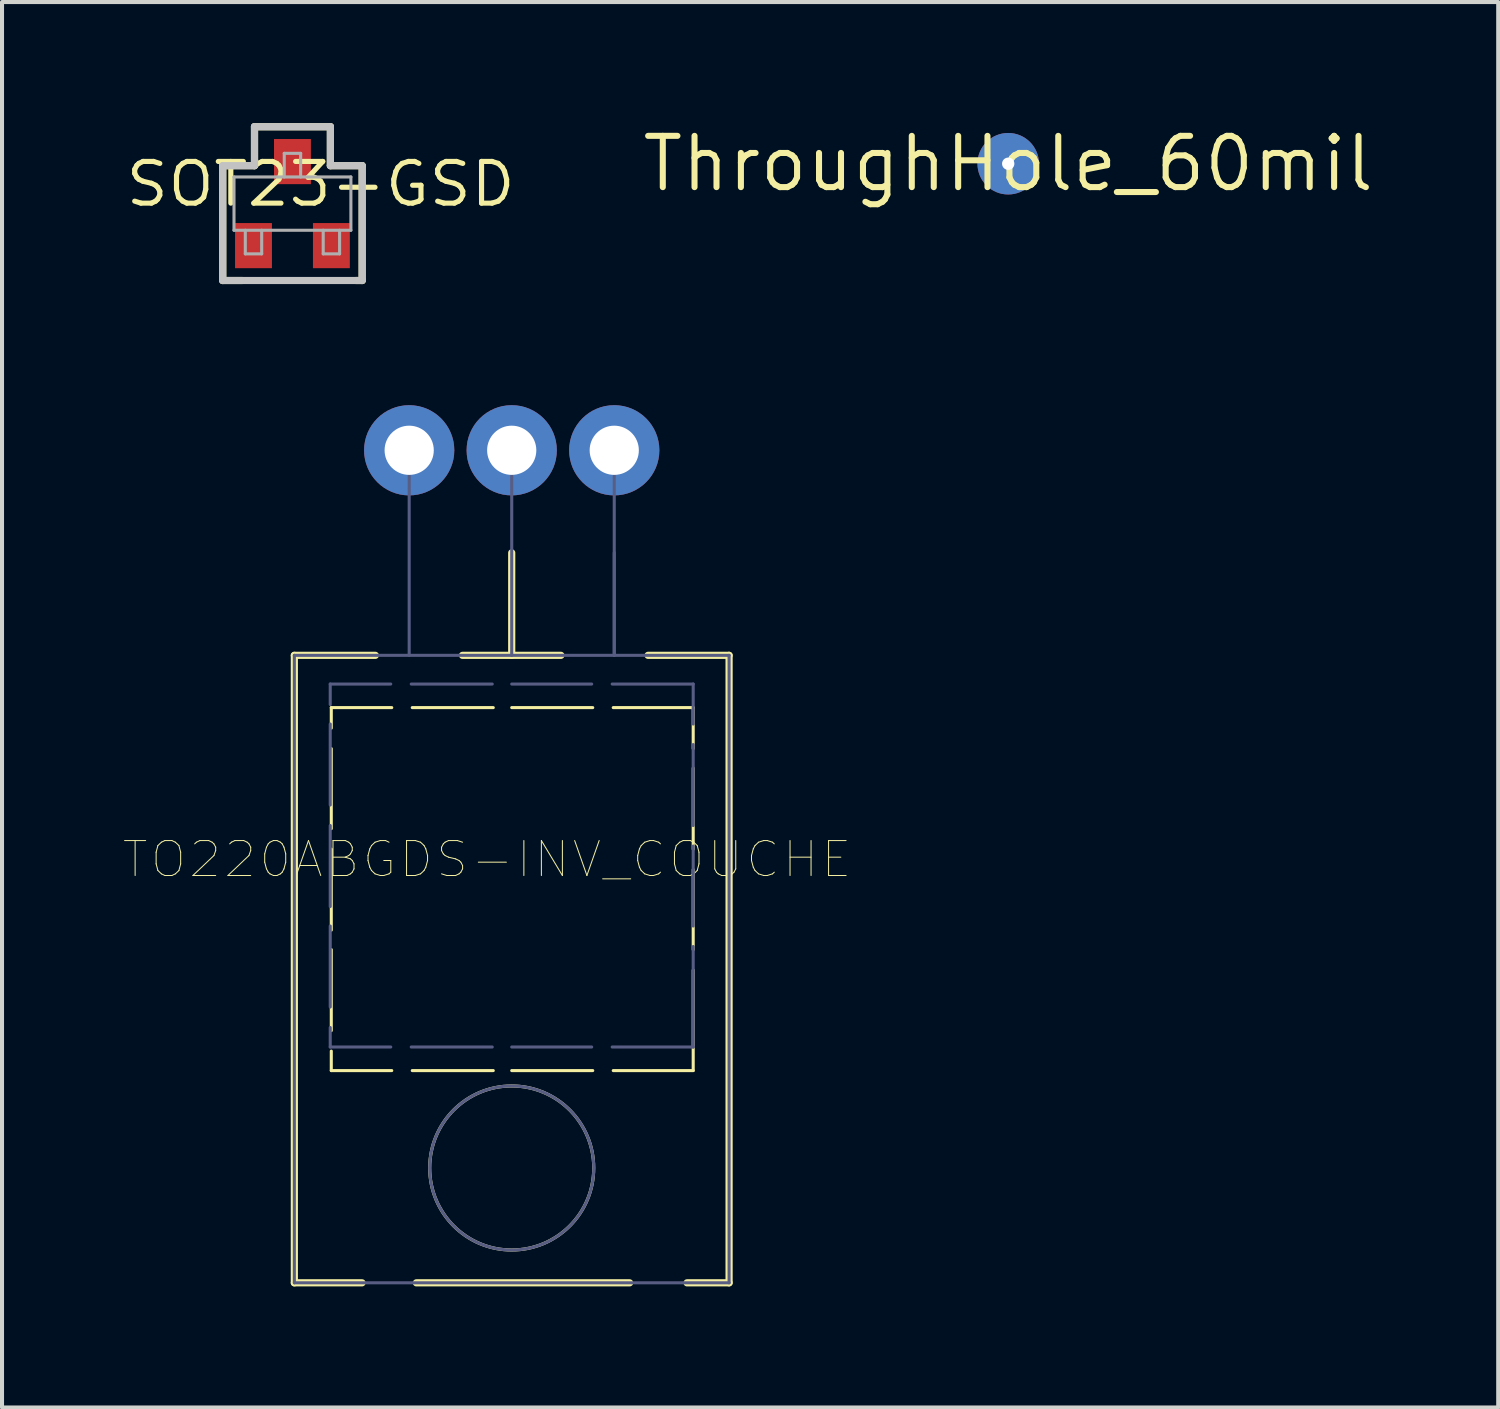
<source format=kicad_pcb>
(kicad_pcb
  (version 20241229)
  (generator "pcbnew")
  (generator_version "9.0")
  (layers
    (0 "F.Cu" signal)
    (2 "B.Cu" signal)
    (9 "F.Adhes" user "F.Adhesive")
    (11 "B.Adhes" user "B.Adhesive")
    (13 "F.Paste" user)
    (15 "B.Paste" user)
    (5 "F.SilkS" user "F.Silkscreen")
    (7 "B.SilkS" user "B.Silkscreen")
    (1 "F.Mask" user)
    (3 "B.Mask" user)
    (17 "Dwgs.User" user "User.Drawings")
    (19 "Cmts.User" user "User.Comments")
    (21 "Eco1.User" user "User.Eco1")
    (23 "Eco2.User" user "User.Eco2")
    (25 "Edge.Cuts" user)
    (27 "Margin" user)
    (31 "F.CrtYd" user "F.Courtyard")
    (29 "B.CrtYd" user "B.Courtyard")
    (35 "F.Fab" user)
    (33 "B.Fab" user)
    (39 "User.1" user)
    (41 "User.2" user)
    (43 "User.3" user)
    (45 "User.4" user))
  (footprint "TO220ABGDS-INV_COUCHE"
    (layer "F.Cu")
    (at 9.627 25.885)
    (property "Reference" "TO220ABGDS-INV_COUCHE" (at -0.61 -7.645 0) (unlocked yes) (layer "F.SilkS") (effects (font (size 0.866 0.911) (thickness 0.025))))
    (attr smd)
    (fp_line (start -5.385 -12.7) (end -5.385 2.845) (stroke (width 0.178) (type solid)) (layer "F.SilkS"))
    (fp_line (start -4.47 -11.405) (end -4.47 -10.897) (stroke (width 0.076) (type solid)) (layer "F.SilkS"))
    (fp_line (start -4.47 -10.389) (end -4.47 -8.407) (stroke (width 0.076) (type solid)) (layer "F.SilkS"))
    (fp_line (start -4.47 -7.899) (end -4.47 -5.893) (stroke (width 0.076) (type solid)) (layer "F.SilkS"))
    (fp_line (start -4.47 -5.41) (end -4.47 -3.404) (stroke (width 0.076) (type solid)) (layer "F.SilkS"))
    (fp_line (start -4.47 -2.896) (end -4.47 -2.413) (stroke (width 0.076) (type solid)) (layer "F.SilkS"))
    (fp_line (start -3.708 2.845) (end -5.385 2.845) (stroke (width 0.178) (type solid)) (layer "F.SilkS"))
    (fp_line (start -3.378 -12.7) (end -5.385 -12.7) (stroke (width 0.178) (type solid)) (layer "F.SilkS"))
    (fp_line (start -2.972 -11.405) (end -4.47 -11.405) (stroke (width 0.076) (type solid)) (layer "F.SilkS"))
    (fp_line (start -2.972 -2.413) (end -4.47 -2.413) (stroke (width 0.076) (type solid)) (layer "F.SilkS"))
    (fp_line (start -0.457 -11.405) (end -2.464 -11.405) (stroke (width 0.076) (type solid)) (layer "F.SilkS"))
    (fp_line (start -0.457 -2.413) (end -2.464 -2.413) (stroke (width 0.076) (type solid)) (layer "F.SilkS"))
    (fp_line (start 0 -15.24) (end 0 -12.7) (stroke (width 0.178) (type solid)) (layer "F.SilkS"))
    (fp_line (start 1.219 -12.7) (end -1.219 -12.7) (stroke (width 0.178) (type solid)) (layer "F.SilkS"))
    (fp_line (start 2.007 -11.405) (end 0 -11.405) (stroke (width 0.076) (type solid)) (layer "F.SilkS"))
    (fp_line (start 2.007 -2.413) (end 0 -2.413) (stroke (width 0.076) (type solid)) (layer "F.SilkS"))
    (fp_line (start 2.921 2.845) (end -2.362 2.845) (stroke (width 0.178) (type solid)) (layer "F.SilkS"))
    (fp_line (start 4.496 -11.405) (end 2.515 -11.405) (stroke (width 0.076) (type solid)) (layer "F.SilkS"))
    (fp_line (start 4.496 -11.405) (end 4.496 -10.389) (stroke (width 0.076) (type solid)) (layer "F.SilkS"))
    (fp_line (start 4.496 -9.906) (end 4.496 -7.899) (stroke (width 0.076) (type solid)) (layer "F.SilkS"))
    (fp_line (start 4.496 -7.391) (end 4.496 -5.41) (stroke (width 0.076) (type solid)) (layer "F.SilkS"))
    (fp_line (start 4.496 -4.902) (end 4.496 -2.413) (stroke (width 0.076) (type solid)) (layer "F.SilkS"))
    (fp_line (start 4.496 -2.413) (end 2.515 -2.413) (stroke (width 0.076) (type solid)) (layer "F.SilkS"))
    (fp_line (start 5.385 -12.7) (end 3.378 -12.7) (stroke (width 0.178) (type solid)) (layer "F.SilkS"))
    (fp_line (start 5.385 -12.7) (end 5.385 2.845) (stroke (width 0.178) (type solid)) (layer "F.SilkS"))
    (fp_line (start 5.385 2.845) (end 4.343 2.845) (stroke (width 0.178) (type solid)) (layer "F.SilkS"))
    (fp_arc (start -2.032 0) (mid 2.032 0) (end -2.032 0) (stroke (width 0.0762) (type solid)) (layer "F.SilkS"))
    (fp_line (start -5.385 -12.7) (end -5.385 2.845) (stroke (width 0.076) (type solid)) (layer "B.Fab"))
    (fp_line (start -4.496 -11.989) (end -4.496 -11.481) (stroke (width 0.076) (type solid)) (layer "B.Fab"))
    (fp_line (start -4.496 -10.998) (end -4.496 -8.992) (stroke (width 0.076) (type solid)) (layer "B.Fab"))
    (fp_line (start -4.496 -8.484) (end -4.496 -6.477) (stroke (width 0.076) (type solid)) (layer "B.Fab"))
    (fp_line (start -4.496 -5.994) (end -4.496 -3.988) (stroke (width 0.076) (type solid)) (layer "B.Fab"))
    (fp_line (start -4.496 -3.48) (end -4.496 -2.997) (stroke (width 0.076) (type solid)) (layer "B.Fab"))
    (fp_line (start -2.997 -11.989) (end -4.496 -11.989) (stroke (width 0.076) (type solid)) (layer "B.Fab"))
    (fp_line (start -2.997 -2.997) (end -4.496 -2.997) (stroke (width 0.076) (type solid)) (layer "B.Fab"))
    (fp_line (start -2.54 -17.145) (end -2.54 -12.7) (stroke (width 0.076) (type solid)) (layer "B.Fab"))
    (fp_line (start -0.483 -11.989) (end -2.489 -11.989) (stroke (width 0.076) (type solid)) (layer "B.Fab"))
    (fp_line (start -0.483 -2.997) (end -2.489 -2.997) (stroke (width 0.076) (type solid)) (layer "B.Fab"))
    (fp_line (start 0 -17.145) (end 0 -12.7) (stroke (width 0.076) (type solid)) (layer "B.Fab"))
    (fp_line (start 1.981 -11.989) (end 0 -11.989) (stroke (width 0.076) (type solid)) (layer "B.Fab"))
    (fp_line (start 1.981 -2.997) (end 0 -2.997) (stroke (width 0.076) (type solid)) (layer "B.Fab"))
    (fp_line (start 2.54 -17.145) (end 2.54 -12.7) (stroke (width 0.076) (type solid)) (layer "B.Fab"))
    (fp_line (start 2.54 -15.24) (end 2.54 -12.7) (stroke (width 0.076) (type solid)) (layer "B.Fab"))
    (fp_line (start 4.496 -11.989) (end 2.489 -11.989) (stroke (width 0.076) (type solid)) (layer "B.Fab"))
    (fp_line (start 4.496 -11.989) (end 4.496 -10.998) (stroke (width 0.076) (type solid)) (layer "B.Fab"))
    (fp_line (start 4.496 -10.49) (end 4.496 -8.484) (stroke (width 0.076) (type solid)) (layer "B.Fab"))
    (fp_line (start 4.496 -7.976) (end 4.496 -5.994) (stroke (width 0.076) (type solid)) (layer "B.Fab"))
    (fp_line (start 4.496 -5.486) (end 4.496 -2.997) (stroke (width 0.076) (type solid)) (layer "B.Fab"))
    (fp_line (start 4.496 -2.997) (end 2.489 -2.997) (stroke (width 0.076) (type solid)) (layer "B.Fab"))
    (fp_line (start 5.385 -12.7) (end -5.385 -12.7) (stroke (width 0.076) (type solid)) (layer "B.Fab"))
    (fp_line (start 5.385 -12.7) (end 5.385 2.845) (stroke (width 0.076) (type solid)) (layer "B.Fab"))
    (fp_line (start 5.385 2.845) (end -5.385 2.845) (stroke (width 0.076) (type solid)) (layer "B.Fab"))
    (fp_arc (start -2.032 0) (mid 2.032 0) (end -2.032 0) (stroke (width 0.0762) (type solid)) (layer "B.Fab"))
    (pad "D" thru_hole circle (at 0 -17.78 180) (size 2.235 2.235) (drill 1.219) (layers "*.Cu" "*.Mask"))
    (pad "G" thru_hole circle (at -2.54 -17.78 180) (size 2.235 2.235) (drill 1.219) (layers "*.Cu" "*.Mask"))
    (pad "S" thru_hole circle (at 2.54 -17.78 180) (size 2.235 2.235) (drill 1.219) (layers "*.Cu" "*.Mask")))
  (footprint "ThroughHole_60mil"
    (layer "F.Cu")
    (at 21.927 1.006)
    (property "Reference" "ThroughHole_60mil" (at 0 0 0) (layer "F.SilkS") (effects (font (size 1.27 1.27) (thickness 0.15))))
    (attr through_hole)
    (pad "" thru_hole circle (at 0 0) (size 1.524 1.524) (drill 0.305) (layers "*.Cu" "*.Mask")))
  (footprint "SOT23-GSD"
    (layer "F.Cu")
    (at 4.195 1.994)
    (property "Reference" "SOT23-GSD" (at 0.699 -0.483 0) (unlocked yes) (layer "F.SilkS") (effects (font (size 1.033 1.087) (thickness 0.127))))
    (attr smd)
    (fp_line (start -1.727 -0.94) (end -0.94 -0.94) (stroke (width 0.178) (type solid)) (layer "F.SilkS"))
    (fp_line (start -1.727 1.905) (end -1.727 -0.94) (stroke (width 0.178) (type solid)) (layer "F.SilkS"))
    (fp_line (start -1.727 1.905) (end -1.245 1.905) (stroke (width 0.178) (type solid)) (layer "F.SilkS"))
    (fp_line (start -0.94 -1.905) (end 0.94 -1.905) (stroke (width 0.178) (type solid)) (layer "F.SilkS"))
    (fp_line (start -0.94 -0.94) (end -0.94 -1.905) (stroke (width 0.178) (type solid)) (layer "F.SilkS"))
    (fp_line (start 0.94 -0.94) (end 0.94 -1.905) (stroke (width 0.178) (type solid)) (layer "F.SilkS"))
    (fp_line (start 0.94 -0.94) (end 1.727 -0.94) (stroke (width 0.178) (type solid)) (layer "F.SilkS"))
    (fp_line (start 1.575 1.905) (end 1.727 1.905) (stroke (width 0.178) (type solid)) (layer "F.SilkS"))
    (fp_line (start 1.727 1.905) (end 1.727 -0.94) (stroke (width 0.178) (type solid)) (layer "F.SilkS"))
    (fp_line (start -1.727 -0.94) (end -0.94 -0.94) (stroke (width 0.178) (type solid)) (layer "Dwgs.User"))
    (fp_line (start -1.727 1.905) (end -1.727 -0.94) (stroke (width 0.178) (type solid)) (layer "Dwgs.User"))
    (fp_line (start -1.727 1.905) (end 1.727 1.905) (stroke (width 0.178) (type solid)) (layer "Dwgs.User"))
    (fp_line (start -0.94 -1.905) (end 0.94 -1.905) (stroke (width 0.178) (type solid)) (layer "Dwgs.User"))
    (fp_line (start -0.94 -0.94) (end -0.94 -1.905) (stroke (width 0.178) (type solid)) (layer "Dwgs.User"))
    (fp_line (start 0.94 -0.94) (end 0.94 -1.905) (stroke (width 0.178) (type solid)) (layer "Dwgs.User"))
    (fp_line (start 0.94 -0.94) (end 1.727 -0.94) (stroke (width 0.178) (type solid)) (layer "Dwgs.User"))
    (fp_line (start 1.727 1.905) (end 1.727 -0.94) (stroke (width 0.178) (type solid)) (layer "Dwgs.User"))
    (fp_line (start -1.448 -0.66) (end 1.448 -0.66) (stroke (width 0.076) (type solid)) (layer "F.Fab"))
    (fp_line (start -1.448 0.66) (end -1.448 -0.66) (stroke (width 0.076) (type solid)) (layer "F.Fab"))
    (fp_line (start -1.448 0.66) (end 1.448 0.66) (stroke (width 0.076) (type solid)) (layer "F.Fab"))
    (fp_line (start -1.168 1.245) (end -1.168 0.66) (stroke (width 0.076) (type solid)) (layer "F.Fab"))
    (fp_line (start -1.168 1.245) (end -0.762 1.245) (stroke (width 0.076) (type solid)) (layer "F.Fab"))
    (fp_line (start -0.762 1.245) (end -0.762 0.66) (stroke (width 0.076) (type solid)) (layer "F.Fab"))
    (fp_line (start -0.203 -1.245) (end 0.203 -1.245) (stroke (width 0.076) (type solid)) (layer "F.Fab"))
    (fp_line (start -0.203 -0.66) (end -0.203 -1.245) (stroke (width 0.076) (type solid)) (layer "F.Fab"))
    (fp_line (start 0.203 -0.66) (end 0.203 -1.245) (stroke (width 0.076) (type solid)) (layer "F.Fab"))
    (fp_line (start 0.762 1.245) (end 0.762 0.66) (stroke (width 0.076) (type solid)) (layer "F.Fab"))
    (fp_line (start 0.762 1.245) (end 1.168 1.245) (stroke (width 0.076) (type solid)) (layer "F.Fab"))
    (fp_line (start 1.168 1.245) (end 1.168 0.66) (stroke (width 0.076) (type solid)) (layer "F.Fab"))
    (fp_line (start 1.448 0.66) (end 1.448 -0.66) (stroke (width 0.076) (type solid)) (layer "F.Fab"))
    (pad "D" smd rect (at 0 -1.041) (size 0.914 1.118) (layers "F.Cu" "F.Mask" "F.Paste"))
    (pad "G" smd rect (at -0.965 1.041) (size 0.914 1.118) (layers "F.Cu" "F.Mask" "F.Paste"))
    (pad "S" smd rect (at 0.965 1.041) (size 0.914 1.118) (layers "F.Cu" "F.Mask" "F.Paste")))
  (gr_rect
    (start -3 -3)
    (end 34.066 31.819)
    (stroke (width 0.1) (type default))
    (fill no)
    (layer "Edge.Cuts")))
</source>
